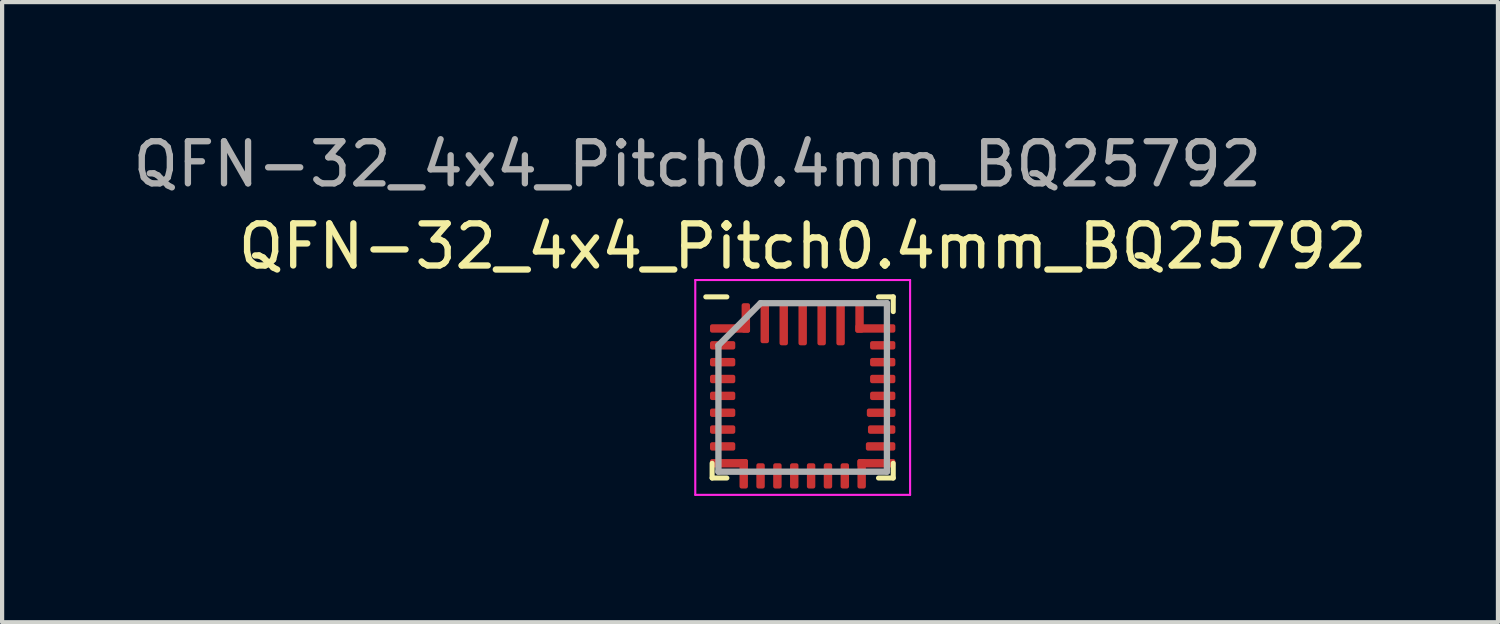
<source format=kicad_pcb>
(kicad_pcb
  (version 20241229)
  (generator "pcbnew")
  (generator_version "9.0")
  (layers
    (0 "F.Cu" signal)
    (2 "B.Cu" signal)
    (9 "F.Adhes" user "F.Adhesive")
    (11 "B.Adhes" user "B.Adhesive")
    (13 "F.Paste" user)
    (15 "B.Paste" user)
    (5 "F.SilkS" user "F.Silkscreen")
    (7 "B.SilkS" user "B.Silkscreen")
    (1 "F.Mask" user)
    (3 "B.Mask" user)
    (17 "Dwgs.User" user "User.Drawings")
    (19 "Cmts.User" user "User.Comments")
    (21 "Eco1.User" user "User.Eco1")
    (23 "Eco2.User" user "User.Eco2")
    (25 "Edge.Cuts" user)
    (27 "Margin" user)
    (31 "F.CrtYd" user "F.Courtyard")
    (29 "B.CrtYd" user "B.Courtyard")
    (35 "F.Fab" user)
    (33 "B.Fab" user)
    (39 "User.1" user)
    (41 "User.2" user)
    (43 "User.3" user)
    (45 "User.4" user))
  (footprint "QFN-32_4x4_Pitch0.4mm_BQ25792"
    (layer "F.Cu")
    (at 16.006 6.348)
    (property "Reference" "QFN-32_4x4_Pitch0.4mm_BQ25792" (at 0 -3.55 0) (layer "F.SilkS") (effects (font (size 1 1) (thickness 0.15))))
    (attr smd)
    (fp_line (start -2.15 1.95) (end -2.15 1.6) (stroke (width 0.12) (type default)) (layer "F.SilkS"))
    (fp_line (start -1.8 -2.35) (end -2.3 -2.35) (stroke (width 0.12) (type default)) (layer "F.SilkS"))
    (fp_line (start -1.8 1.95) (end -2.15 1.95) (stroke (width 0.12) (type default)) (layer "F.SilkS"))
    (fp_line (start 1.8 -2.35) (end 2.15 -2.35) (stroke (width 0.12) (type default)) (layer "F.SilkS"))
    (fp_line (start 1.8 1.95) (end 2.15 1.95) (stroke (width 0.12) (type default)) (layer "F.SilkS"))
    (fp_line (start 2.15 -2.35) (end 2.15 -2) (stroke (width 0.12) (type default)) (layer "F.SilkS"))
    (fp_line (start 2.15 1.95) (end 2.15 1.6) (stroke (width 0.12) (type default)) (layer "F.SilkS"))
    (fp_line (start -2.55 -2.75) (end 2.55 -2.75) (stroke (width 0.05) (type default)) (layer "F.CrtYd"))
    (fp_line (start -2.55 2.35) (end -2.55 -2.75) (stroke (width 0.05) (type default)) (layer "F.CrtYd"))
    (fp_line (start 2.55 -2.75) (end 2.55 2.35) (stroke (width 0.05) (type default)) (layer "F.CrtYd"))
    (fp_line (start 2.55 2.35) (end -2.55 2.35) (stroke (width 0.05) (type default)) (layer "F.CrtYd"))
    (fp_line (start -2 -1.2) (end -2 1.8) (stroke (width 0.15) (type default)) (layer "F.Fab"))
    (fp_line (start -2 1.8) (end 2 1.8) (stroke (width 0.15) (type default)) (layer "F.Fab"))
    (fp_line (start -1 -2.2) (end -2 -1.2) (stroke (width 0.15) (type default)) (layer "F.Fab"))
    (fp_line (start 2 -2.2) (end -1 -2.2) (stroke (width 0.15) (type default)) (layer "F.Fab"))
    (fp_line (start 2 1.8) (end 2 -2.2) (stroke (width 0.15) (type default)) (layer "F.Fab"))
    (fp_text user "${REFERENCE}" (at -2.5 -5.5 0) (layer "F.Fab") (effects (font (size 1 1) (thickness 0.15))))
    (pad "1" smd roundrect (at -1.725 -1.6 90) (size 0.2 0.95) (layers "F.Cu" "F.Mask" "F.Paste") (roundrect_rratio 0.25))
    (pad "1" smd roundrect (at -1.35 -1.85 180) (size 0.2 0.7) (layers "F.Cu" "F.Mask" "F.Paste") (roundrect_rratio 0.25))
    (pad "2" smd roundrect (at -1.9 -1.2 90) (size 0.2 0.6) (layers "F.Cu" "F.Mask" "F.Paste") (roundrect_rratio 0.25))
    (pad "3" smd roundrect (at -1.9 -0.8 90) (size 0.2 0.6) (layers "F.Cu" "F.Mask" "F.Paste") (roundrect_rratio 0.25))
    (pad "4" smd roundrect (at -1.9 -0.4 90) (size 0.2 0.6) (layers "F.Cu" "F.Mask" "F.Paste") (roundrect_rratio 0.25))
    (pad "5" smd roundrect (at -1.9 0 90) (size 0.2 0.6) (layers "F.Cu" "F.Mask" "F.Paste") (roundrect_rratio 0.25))
    (pad "6" smd roundrect (at -1.9 0.4 90) (size 0.2 0.6) (layers "F.Cu" "F.Mask" "F.Paste") (roundrect_rratio 0.25))
    (pad "7" smd roundrect (at -1.9 0.8 90) (size 0.2 0.6) (layers "F.Cu" "F.Mask" "F.Paste") (roundrect_rratio 0.25))
    (pad "8" smd roundrect (at -1.9 1.2 90) (size 0.2 0.6) (layers "F.Cu" "F.Mask" "F.Paste") (roundrect_rratio 0.25))
    (pad "9" smd roundrect (at -1.75 1.6 90) (size 0.2 0.9) (layers "F.Cu" "F.Mask" "F.Paste") (roundrect_rratio 0.25))
    (pad "9" smd roundrect (at -1.4 1.85) (size 0.2 0.7) (layers "F.Cu" "F.Mask" "F.Paste") (roundrect_rratio 0.25))
    (pad "10" smd roundrect (at -1 1.9) (size 0.2 0.6) (layers "F.Cu" "F.Mask" "F.Paste") (roundrect_rratio 0.25))
    (pad "11" smd roundrect (at -0.6 1.9) (size 0.2 0.6) (layers "F.Cu" "F.Mask" "F.Paste") (roundrect_rratio 0.25))
    (pad "12" smd roundrect (at -0.2 1.9) (size 0.2 0.6) (layers "F.Cu" "F.Mask" "F.Paste") (roundrect_rratio 0.25))
    (pad "13" smd roundrect (at 0.2 1.9) (size 0.2 0.6) (layers "F.Cu" "F.Mask" "F.Paste") (roundrect_rratio 0.25))
    (pad "14" smd roundrect (at 0.6 1.9) (size 0.2 0.6) (layers "F.Cu" "F.Mask" "F.Paste") (roundrect_rratio 0.25))
    (pad "15" smd roundrect (at 1 1.9) (size 0.2 0.6) (layers "F.Cu" "F.Mask" "F.Paste") (roundrect_rratio 0.25))
    (pad "16" smd roundrect (at 1.4 1.85) (size 0.2 0.7) (layers "F.Cu" "F.Mask" "F.Paste") (roundrect_rratio 0.25))
    (pad "16" smd roundrect (at 1.75 1.6) (size 0.9 0.2) (layers "F.Cu" "F.Mask" "F.Paste") (roundrect_rratio 0.25))
    (pad "17" smd roundrect (at 1.85 1.2 90) (size 0.2 0.7) (layers "F.Cu" "F.Mask" "F.Paste") (roundrect_rratio 0.25))
    (pad "18" smd roundrect (at 1.875 0.8 90) (size 0.2 0.65) (layers "F.Cu" "F.Mask" "F.Paste") (roundrect_rratio 0.25))
    (pad "19" smd roundrect (at 1.863 0.4 90) (size 0.2 0.68) (layers "F.Cu" "F.Mask" "F.Paste") (roundrect_rratio 0.25))
    (pad "20" smd roundrect (at 1.9 0 90) (size 0.2 0.6) (layers "F.Cu" "F.Mask" "F.Paste") (roundrect_rratio 0.25))
    (pad "21" smd roundrect (at 1.9 -0.4 90) (size 0.2 0.6) (layers "F.Cu" "F.Mask" "F.Paste") (roundrect_rratio 0.25))
    (pad "22" smd roundrect (at 1.9 -0.8 90) (size 0.2 0.6) (layers "F.Cu" "F.Mask" "F.Paste") (roundrect_rratio 0.25))
    (pad "23" smd roundrect (at 1.9 -1.2 90) (size 0.2 0.6) (layers "F.Cu" "F.Mask" "F.Paste") (roundrect_rratio 0.25))
    (pad "24" smd roundrect (at 1.35 -1.85 180) (size 0.2 0.7) (layers "F.Cu" "F.Mask" "F.Paste") (roundrect_rratio 0.25))
    (pad "24" smd roundrect (at 1.725 -1.6 90) (size 0.2 0.95) (layers "F.Cu" "F.Mask" "F.Paste") (roundrect_rratio 0.25))
    (pad "25" smd roundrect (at 0.9 -1.7) (size 0.2 1) (layers "F.Cu" "F.Mask" "F.Paste") (roundrect_rratio 0.25))
    (pad "26" smd roundrect (at 0.45 -1.7) (size 0.2 1) (layers "F.Cu" "F.Mask" "F.Paste") (roundrect_rratio 0.25))
    (pad "27" smd roundrect (at 0 -1.7) (size 0.2 1) (layers "F.Cu" "F.Mask" "F.Paste") (roundrect_rratio 0.25))
    (pad "28" smd roundrect (at -0.45 -1.7) (size 0.2 1) (layers "F.Cu" "F.Mask" "F.Paste") (roundrect_rratio 0.25))
    (pad "29" smd roundrect (at -0.9 -1.725) (size 0.2 0.95) (layers "F.Cu" "F.Mask" "F.Paste") (roundrect_rratio 0.25)))
  (gr_rect
    (start -3 -3)
    (end 32.512 11.723)
    (stroke (width 0.1) (type default))
    (fill no)
    (layer "Edge.Cuts")))
</source>
